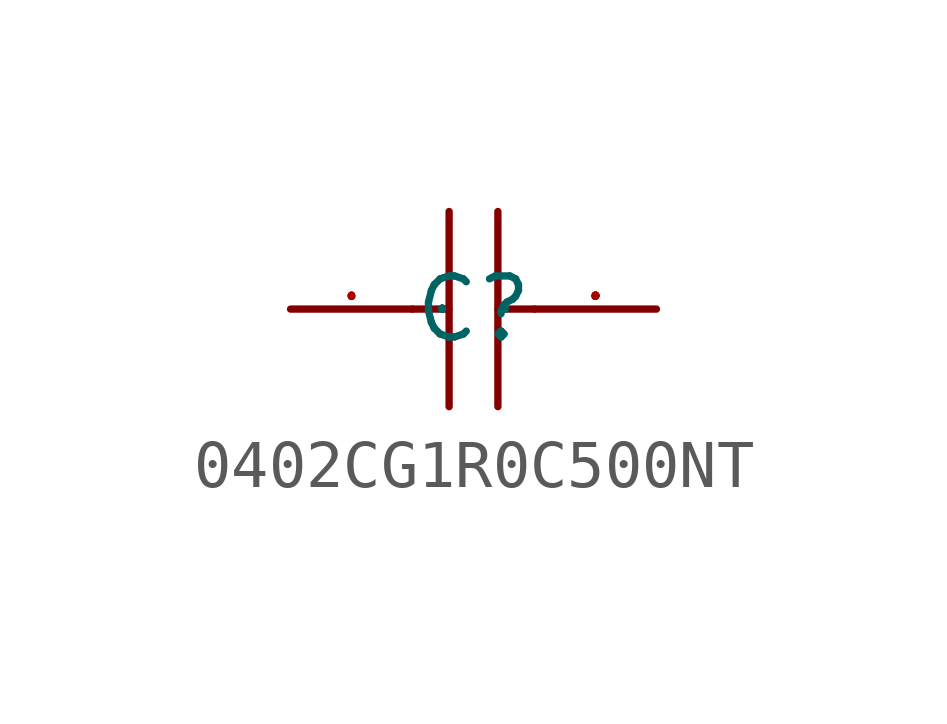
<source format=kicad_sym>
(kicad_symbol_lib
  (version 20241209)
  (generator "kicad_symbol_editor")
  (generator_version "9.0")
  (symbol "0402CG1R0C500NT"
    (property "Reference" "C"
      (at 0 0 0)
      (effects (font (size 1.27 1.27))))
    (symbol "0402CG1R0C500NT_1_0"
      (polyline (pts (xy -1.27 0) (xy -0.508 0)) (stroke (width 0) (type default)) (fill (type none)))
      (polyline (pts (xy -0.508 2.032) (xy -0.508 -2.032)) (stroke (width 0) (type default)) (fill (type none)))
      (polyline (pts (xy 0.508 2.032) (xy 0.508 -2.032)) (stroke (width 0) (type default)) (fill (type none)))
      (polyline (pts (xy 0.508 0) (xy 1.27 0)) (stroke (width 0) (type default)) (fill (type none)))
      (pin input line (at -3.81 0 0) (length 2.54) (name "1" (effects (font (size 0.025 0.025)))) (number "1" (effects (font (size 0.025 0.025)))))
      (pin input line (at 3.81 0 180) (length 2.54) (name "2" (effects (font (size 0.025 0.025)))) (number "2" (effects (font (size 0.025 0.025))))))))
</source>
